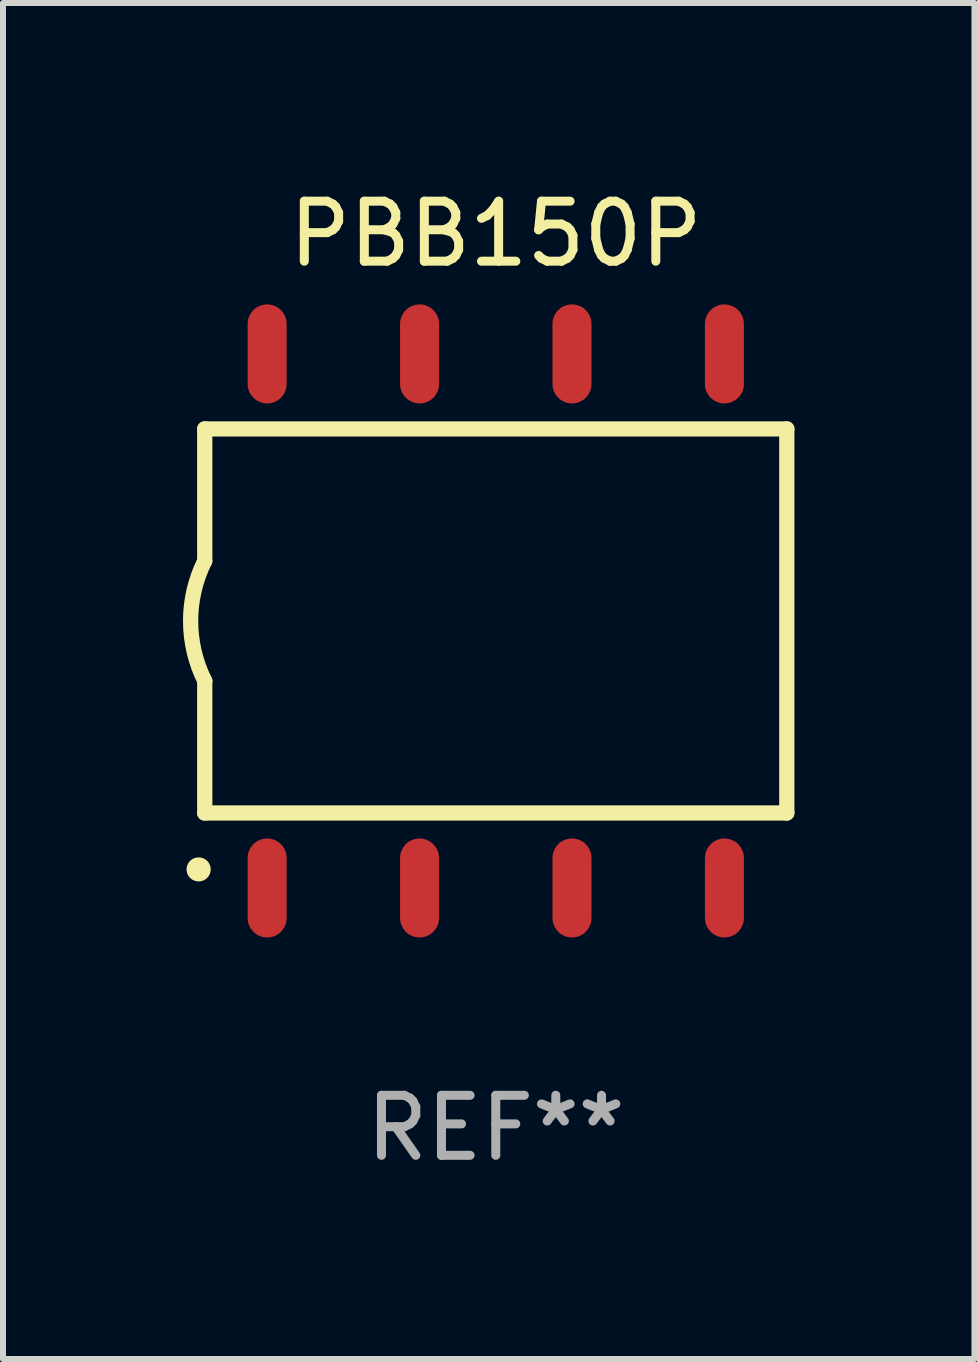
<source format=kicad_pcb>
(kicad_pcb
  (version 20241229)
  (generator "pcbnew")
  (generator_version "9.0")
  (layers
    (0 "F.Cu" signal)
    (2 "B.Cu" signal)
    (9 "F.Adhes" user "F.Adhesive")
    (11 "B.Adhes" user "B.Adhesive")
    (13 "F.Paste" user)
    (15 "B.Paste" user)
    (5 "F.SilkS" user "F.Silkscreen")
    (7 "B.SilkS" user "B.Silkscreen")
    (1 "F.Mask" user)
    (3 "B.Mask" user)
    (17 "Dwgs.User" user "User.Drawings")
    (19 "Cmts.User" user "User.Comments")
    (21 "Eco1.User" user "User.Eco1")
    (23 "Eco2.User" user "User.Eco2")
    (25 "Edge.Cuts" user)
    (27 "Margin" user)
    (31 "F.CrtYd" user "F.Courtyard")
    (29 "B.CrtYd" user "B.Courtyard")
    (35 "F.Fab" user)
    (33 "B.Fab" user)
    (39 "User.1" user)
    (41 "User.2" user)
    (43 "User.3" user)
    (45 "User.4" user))
  (footprint "PBB150P"
    (layer "F.Cu")
    (at 5.212 7.298)
    (property "Reference" "PBB150P" (at 0 -6.45 0) (layer "F.SilkS") (effects (font (size 1 1) (thickness 0.15))))
    (attr through_hole)
    (fp_line (start -4.85 -3.2) (end -4.85 -1) (stroke (width 0.254) (type solid)) (layer "F.SilkS"))
    (fp_line (start -4.85 -3.2) (end 4.85 -3.2) (stroke (width 0.254) (type solid)) (layer "F.SilkS"))
    (fp_line (start -4.85 3.2) (end -4.85 1) (stroke (width 0.254) (type solid)) (layer "F.SilkS"))
    (fp_line (start 4.85 -3.2) (end 4.85 3.2) (stroke (width 0.254) (type solid)) (layer "F.SilkS"))
    (fp_line (start 4.85 3.2) (end -4.85 3.2) (stroke (width 0.254) (type solid)) (layer "F.SilkS"))
    (fp_arc (start -4.95301 4.140208) (mid -4.95174 4.140204) (end -4.95047 4.140208) (stroke (width 0.4) (type solid)) (layer "F.SilkS"))
    (fp_arc (start -4.84887 1.000762) (mid -5.085418 0.000516) (end -4.850013 -1) (stroke (width 0.254001) (type solid)) (layer "F.SilkS"))
    (fp_text user "REF**" (at 0 8.45 0) (layer "F.Fab") (effects (font (size 1 1) (thickness 0.15))))
    (pad "1" smd oval (at -3.81 4.45) (size 0.65 1.65) (layers "F.Cu" "F.Mask" "F.Paste"))
    (pad "2" smd oval (at -1.27 4.45) (size 0.65 1.65) (layers "F.Cu" "F.Mask" "F.Paste"))
    (pad "3" smd oval (at 1.27 4.45) (size 0.65 1.65) (layers "F.Cu" "F.Mask" "F.Paste"))
    (pad "4" smd oval (at 3.81 4.45) (size 0.65 1.65) (layers "F.Cu" "F.Mask" "F.Paste"))
    (pad "5" smd oval (at 3.81 -4.45 180) (size 0.65 1.65) (layers "F.Cu" "F.Mask" "F.Paste"))
    (pad "6" smd oval (at 1.27 -4.45 180) (size 0.65 1.65) (layers "F.Cu" "F.Mask" "F.Paste"))
    (pad "7" smd oval (at -1.27 -4.45 180) (size 0.65 1.65) (layers "F.Cu" "F.Mask" "F.Paste"))
    (pad "8" smd oval (at -3.81 -4.45 180) (size 0.65 1.65) (layers "F.Cu" "F.Mask" "F.Paste")))
  (gr_rect
    (start -3 -3)
    (end 13.189 19.597)
    (stroke (width 0.1) (type default))
    (fill no)
    (layer "Edge.Cuts")))
</source>
